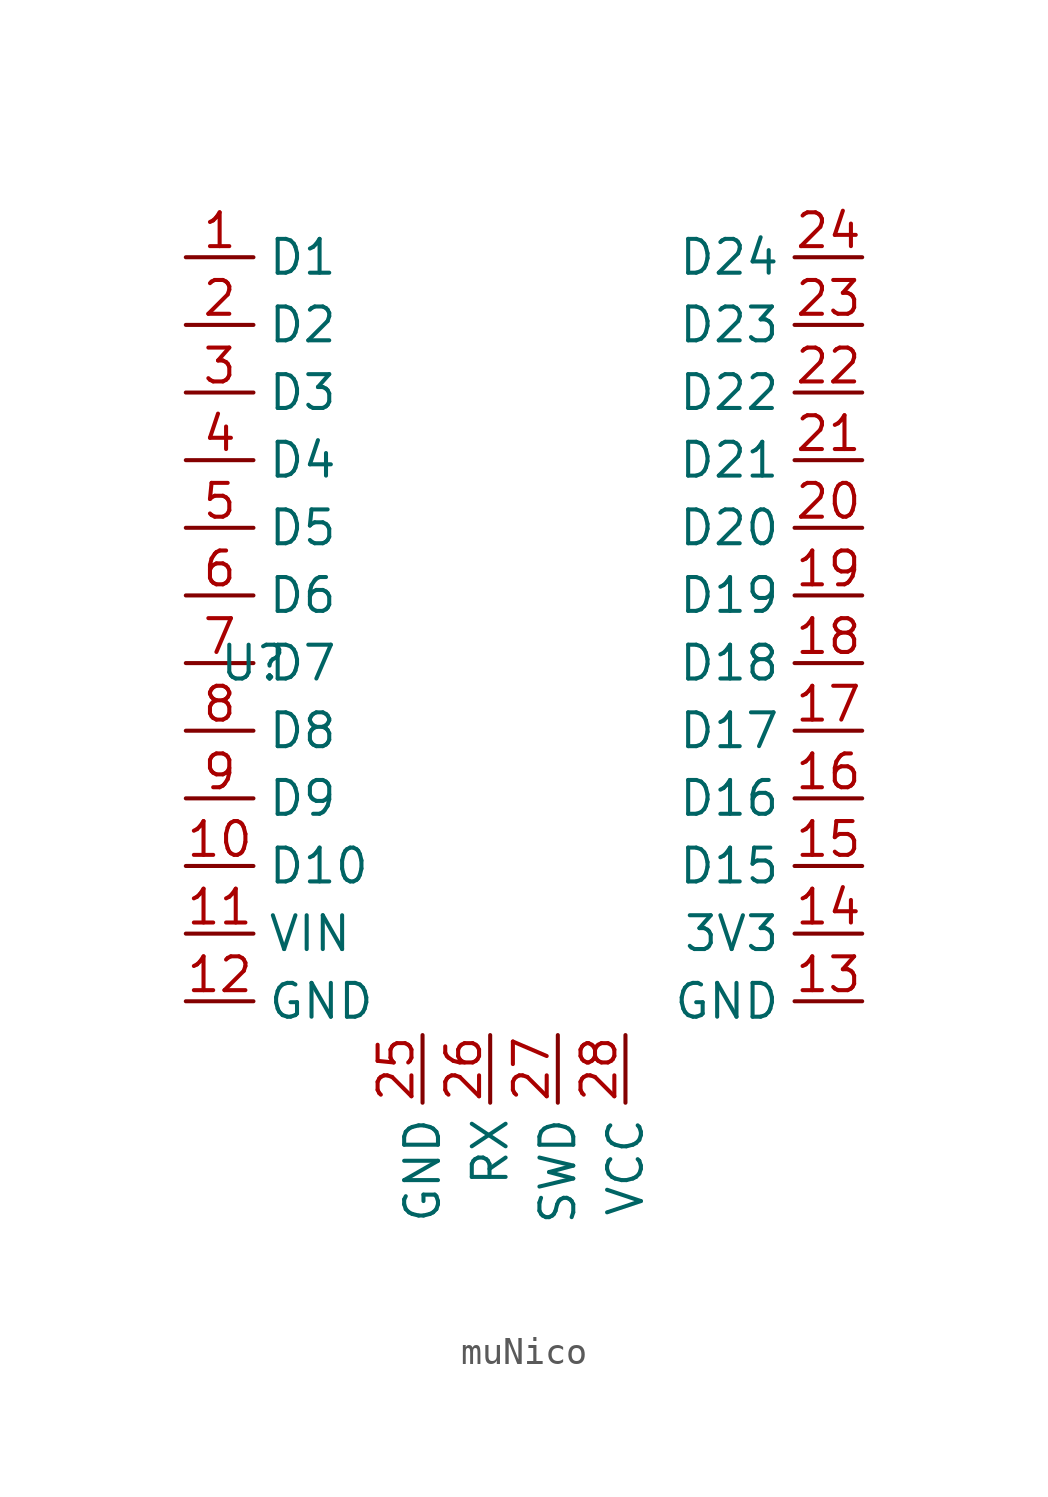
<source format=kicad_sym>
(kicad_symbol_lib
  (version 20220914)
  (generator kicad_symbol_editor)
  (symbol "muNico"
    (property "Reference" "U"
      (at 0 0 0)
      (effects (font (size 1.27 1.27))))
    (property "Value" ""
      (at 0 0 0)
      (effects (font (size 1.27 1.27))))
    (symbol "muNico_1_0"
      (pin bidirectional line (at -2.54 -7.62 0) (length 2.54) (name "D10" (effects (font (size 1.27 1.27)))) (number "10" (effects (font (size 1.27 1.27)))))
      (pin bidirectional line (at -2.54 -10.16 0) (length 2.54) (name "VIN" (effects (font (size 1.27 1.27)))) (number "11" (effects (font (size 1.27 1.27)))))
      (pin bidirectional line (at -2.54 -12.7 0) (length 2.54) (name "GND" (effects (font (size 1.27 1.27)))) (number "12" (effects (font (size 1.27 1.27)))))
      (pin bidirectional line (at 22.86 -10.16 180) (length 2.54) (name "3V3" (effects (font (size 1.27 1.27)))) (number "14" (effects (font (size 1.27 1.27)))))
      (pin bidirectional line (at 22.86 -7.62 180) (length 2.54) (name "D15" (effects (font (size 1.27 1.27)))) (number "15" (effects (font (size 1.27 1.27)))))
      (pin bidirectional line (at 22.86 -5.08 180) (length 2.54) (name "D16" (effects (font (size 1.27 1.27)))) (number "16" (effects (font (size 1.27 1.27)))))
      (pin bidirectional line (at 22.86 -2.54 180) (length 2.54) (name "D17" (effects (font (size 1.27 1.27)))) (number "17" (effects (font (size 1.27 1.27)))))
      (pin bidirectional line (at 22.86 0 180) (length 2.54) (name "D18" (effects (font (size 1.27 1.27)))) (number "18" (effects (font (size 1.27 1.27)))))
      (pin bidirectional line (at 22.86 2.54 180) (length 2.54) (name "D19" (effects (font (size 1.27 1.27)))) (number "19" (effects (font (size 1.27 1.27)))))
      (pin bidirectional line (at -2.54 12.7 0) (length 2.54) (name "D2" (effects (font (size 1.27 1.27)))) (number "2" (effects (font (size 1.27 1.27)))))
      (pin bidirectional line (at 22.86 5.08 180) (length 2.54) (name "D20" (effects (font (size 1.27 1.27)))) (number "20" (effects (font (size 1.27 1.27)))))
      (pin bidirectional line (at 22.86 7.62 180) (length 2.54) (name "D21" (effects (font (size 1.27 1.27)))) (number "21" (effects (font (size 1.27 1.27)))))
      (pin bidirectional line (at 22.86 10.16 180) (length 2.54) (name "D22" (effects (font (size 1.27 1.27)))) (number "22" (effects (font (size 1.27 1.27)))))
      (pin bidirectional line (at 22.86 12.7 180) (length 2.54) (name "D23" (effects (font (size 1.27 1.27)))) (number "23" (effects (font (size 1.27 1.27)))))
      (pin bidirectional line (at 22.86 15.24 180) (length 2.54) (name "D24" (effects (font (size 1.27 1.27)))) (number "24" (effects (font (size 1.27 1.27)))))
      (pin bidirectional line (at 8.89 -13.97 270) (length 2.54) (name "RX" (effects (font (size 1.27 1.27)))) (number "26" (effects (font (size 1.27 1.27)))))
      (pin bidirectional line (at 11.43 -13.97 270) (length 2.54) (name "SWD" (effects (font (size 1.27 1.27)))) (number "27" (effects (font (size 1.27 1.27)))))
      (pin bidirectional line (at 13.97 -13.97 270) (length 2.54) (name "VCC" (effects (font (size 1.27 1.27)))) (number "28" (effects (font (size 1.27 1.27)))))
      (pin bidirectional line (at -2.54 10.16 0) (length 2.54) (name "D3" (effects (font (size 1.27 1.27)))) (number "3" (effects (font (size 1.27 1.27)))))
      (pin bidirectional line (at -2.54 7.62 0) (length 2.54) (name "D4" (effects (font (size 1.27 1.27)))) (number "4" (effects (font (size 1.27 1.27)))))
      (pin bidirectional line (at -2.54 5.08 0) (length 2.54) (name "D5" (effects (font (size 1.27 1.27)))) (number "5" (effects (font (size 1.27 1.27)))))
      (pin bidirectional line (at -2.54 2.54 0) (length 2.54) (name "D6" (effects (font (size 1.27 1.27)))) (number "6" (effects (font (size 1.27 1.27)))))
      (pin bidirectional line (at -2.54 0 0) (length 2.54) (name "D7" (effects (font (size 1.27 1.27)))) (number "7" (effects (font (size 1.27 1.27)))))
      (pin bidirectional line (at -2.54 -2.54 0) (length 2.54) (name "D8" (effects (font (size 1.27 1.27)))) (number "8" (effects (font (size 1.27 1.27)))))
      (pin bidirectional line (at -2.54 -5.08 0) (length 2.54) (name "D9" (effects (font (size 1.27 1.27)))) (number "9" (effects (font (size 1.27 1.27))))))
    (symbol "muNico_1_1"
      (pin bidirectional line (at -2.54 15.24 0) (length 2.54) (name "D1" (effects (font (size 1.27 1.27)))) (number "1" (effects (font (size 1.27 1.27)))))
      (pin bidirectional line (at 22.86 -12.7 180) (length 2.54) (name "GND" (effects (font (size 1.27 1.27)))) (number "13" (effects (font (size 1.27 1.27)))))
      (pin bidirectional line (at 6.35 -13.97 270) (length 2.54) (name "GND" (effects (font (size 1.27 1.27)))) (number "25" (effects (font (size 1.27 1.27))))))))
</source>
